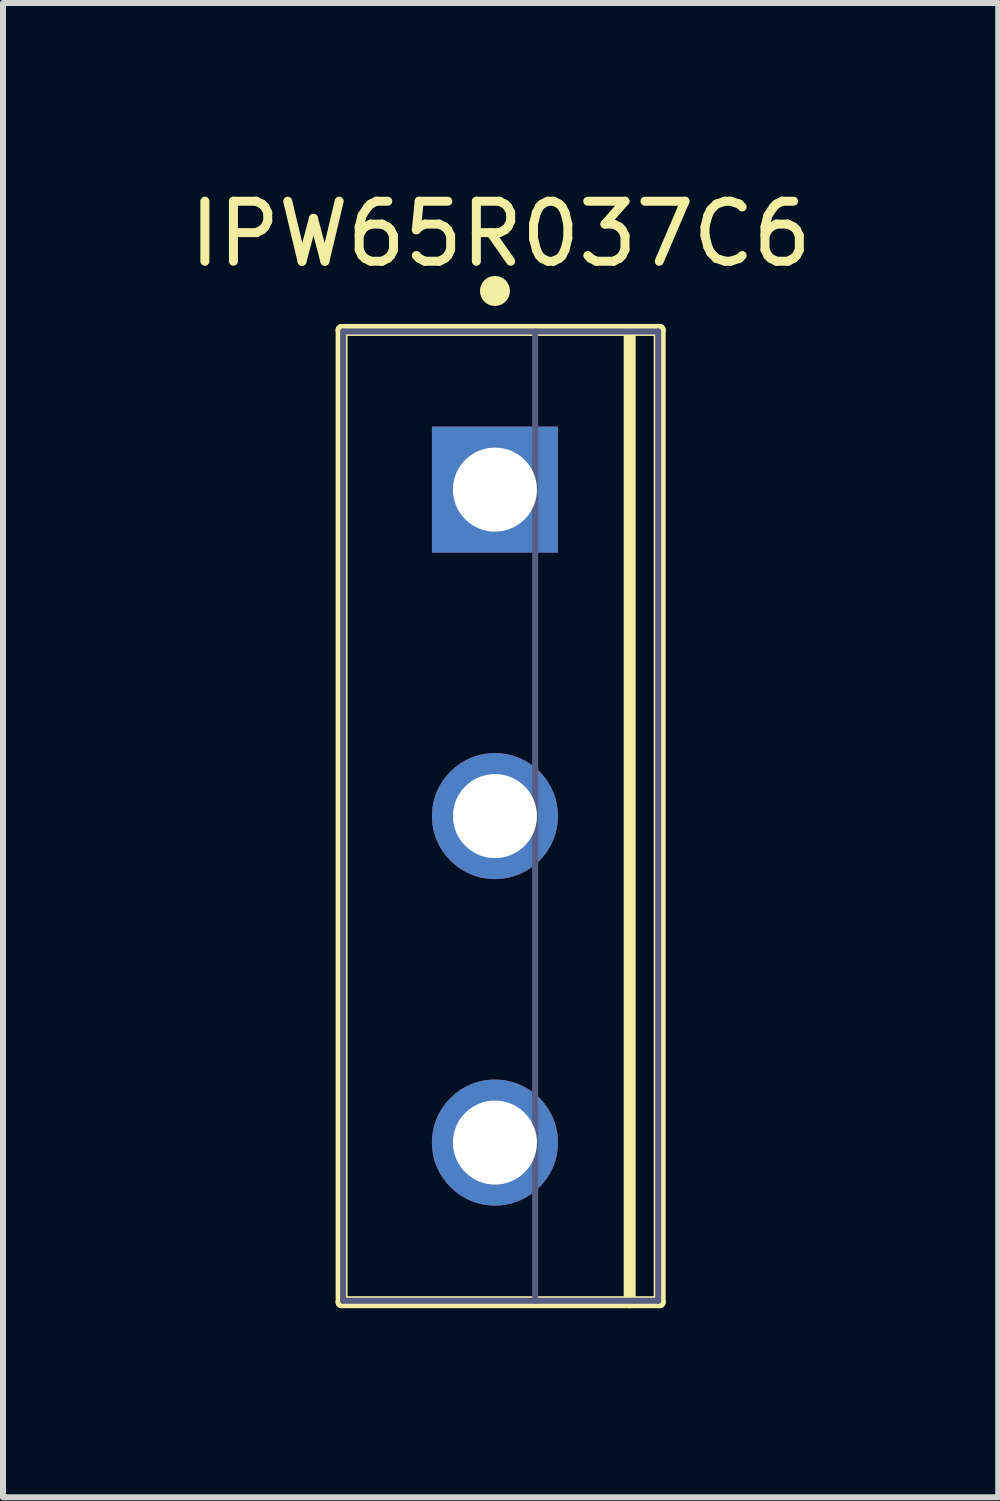
<source format=kicad_pcb>
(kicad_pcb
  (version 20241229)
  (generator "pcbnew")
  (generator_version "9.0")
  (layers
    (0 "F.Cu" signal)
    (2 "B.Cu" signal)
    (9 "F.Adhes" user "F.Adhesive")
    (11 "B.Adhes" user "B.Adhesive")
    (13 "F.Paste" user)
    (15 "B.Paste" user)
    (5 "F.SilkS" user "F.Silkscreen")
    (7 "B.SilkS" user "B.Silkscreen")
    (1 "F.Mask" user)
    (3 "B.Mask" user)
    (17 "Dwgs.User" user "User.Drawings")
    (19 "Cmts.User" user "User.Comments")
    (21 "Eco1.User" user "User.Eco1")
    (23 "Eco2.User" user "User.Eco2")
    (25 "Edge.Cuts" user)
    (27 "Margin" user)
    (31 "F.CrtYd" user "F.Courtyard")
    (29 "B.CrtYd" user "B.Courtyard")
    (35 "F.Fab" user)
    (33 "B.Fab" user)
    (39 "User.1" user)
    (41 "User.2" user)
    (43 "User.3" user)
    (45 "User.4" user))
  (footprint "IPW65R037C6"
    (layer "F.Cu")
    (at 5.197 10.548)
    (property "Reference" "IPW65R037C6" (at 0.095 -9.7 0) (unlocked yes) (layer "F.SilkS") (effects (font (size 1 1) (thickness 0.15))))
    (fp_line (start -2.555 -8.1) (end 2.745 -8.1) (stroke (width 0.2) (type solid)) (layer "F.SilkS"))
    (fp_line (start -2.555 8.1) (end -2.555 -8.1) (stroke (width 0.2) (type solid)) (layer "F.SilkS"))
    (fp_line (start -2.555 8.1) (end 2.745 8.1) (stroke (width 0.2) (type solid)) (layer "F.SilkS"))
    (fp_line (start 2.245 8.1) (end 2.245 -8.1) (stroke (width 0.2) (type solid)) (layer "F.SilkS"))
    (fp_line (start 2.745 8.1) (end 2.745 -8.1) (stroke (width 0.2) (type solid)) (layer "F.SilkS"))
    (fp_circle (center 0 -8.75) (end 0 -8.875) (stroke (width 0.25) (type solid)) (fill no) (layer "F.SilkS"))
    (fp_line (start -2.78 -8.325) (end 2.97 -8.325) (stroke (width 0.05) (type solid)) (layer "Eco2.User"))
    (fp_line (start -2.78 8.325) (end -2.78 -8.325) (stroke (width 0.05) (type solid)) (layer "Eco2.User"))
    (fp_line (start -2.78 8.325) (end 2.97 8.325) (stroke (width 0.05) (type solid)) (layer "Eco2.User"))
    (fp_line (start -0.5 0) (end 0.5 0) (stroke (width 0.1) (type solid)) (layer "Eco2.User"))
    (fp_line (start 0 0.5) (end 0 -0.5) (stroke (width 0.1) (type solid)) (layer "Eco2.User"))
    (fp_line (start 2.97 8.325) (end 2.97 -8.325) (stroke (width 0.05) (type solid)) (layer "Eco2.User"))
    (fp_line (start -2.53 -8.075) (end 2.72 -8.075) (stroke (width 0.1) (type solid)) (layer "B.Fab"))
    (fp_line (start -2.53 8.075) (end -2.53 -8.075) (stroke (width 0.1) (type solid)) (layer "B.Fab"))
    (fp_line (start -2.53 8.075) (end 2.72 8.075) (stroke (width 0.1) (type solid)) (layer "B.Fab"))
    (fp_line (start 0.67 8.075) (end 0.67 -8.075) (stroke (width 0.1) (type solid)) (layer "B.Fab"))
    (fp_line (start 2.72 8.075) (end 2.72 -8.075) (stroke (width 0.1) (type solid)) (layer "B.Fab"))
    (pad "1" thru_hole rect (at 0 -5.44) (size 2.1 2.1) (drill 1.4) (layers "*.Cu" "*.Mask"))
    (pad "2" thru_hole circle (at 0 0) (size 2.1 2.1) (drill 1.4) (layers "*.Cu" "*.Mask"))
    (pad "3" thru_hole circle (at 0 5.44) (size 2.1 2.1) (drill 1.4) (layers "*.Cu" "*.Mask")))
  (gr_rect
    (start -3 -3)
    (end 13.583 21.898)
    (stroke (width 0.1) (type default))
    (fill no)
    (layer "Edge.Cuts")))
</source>
